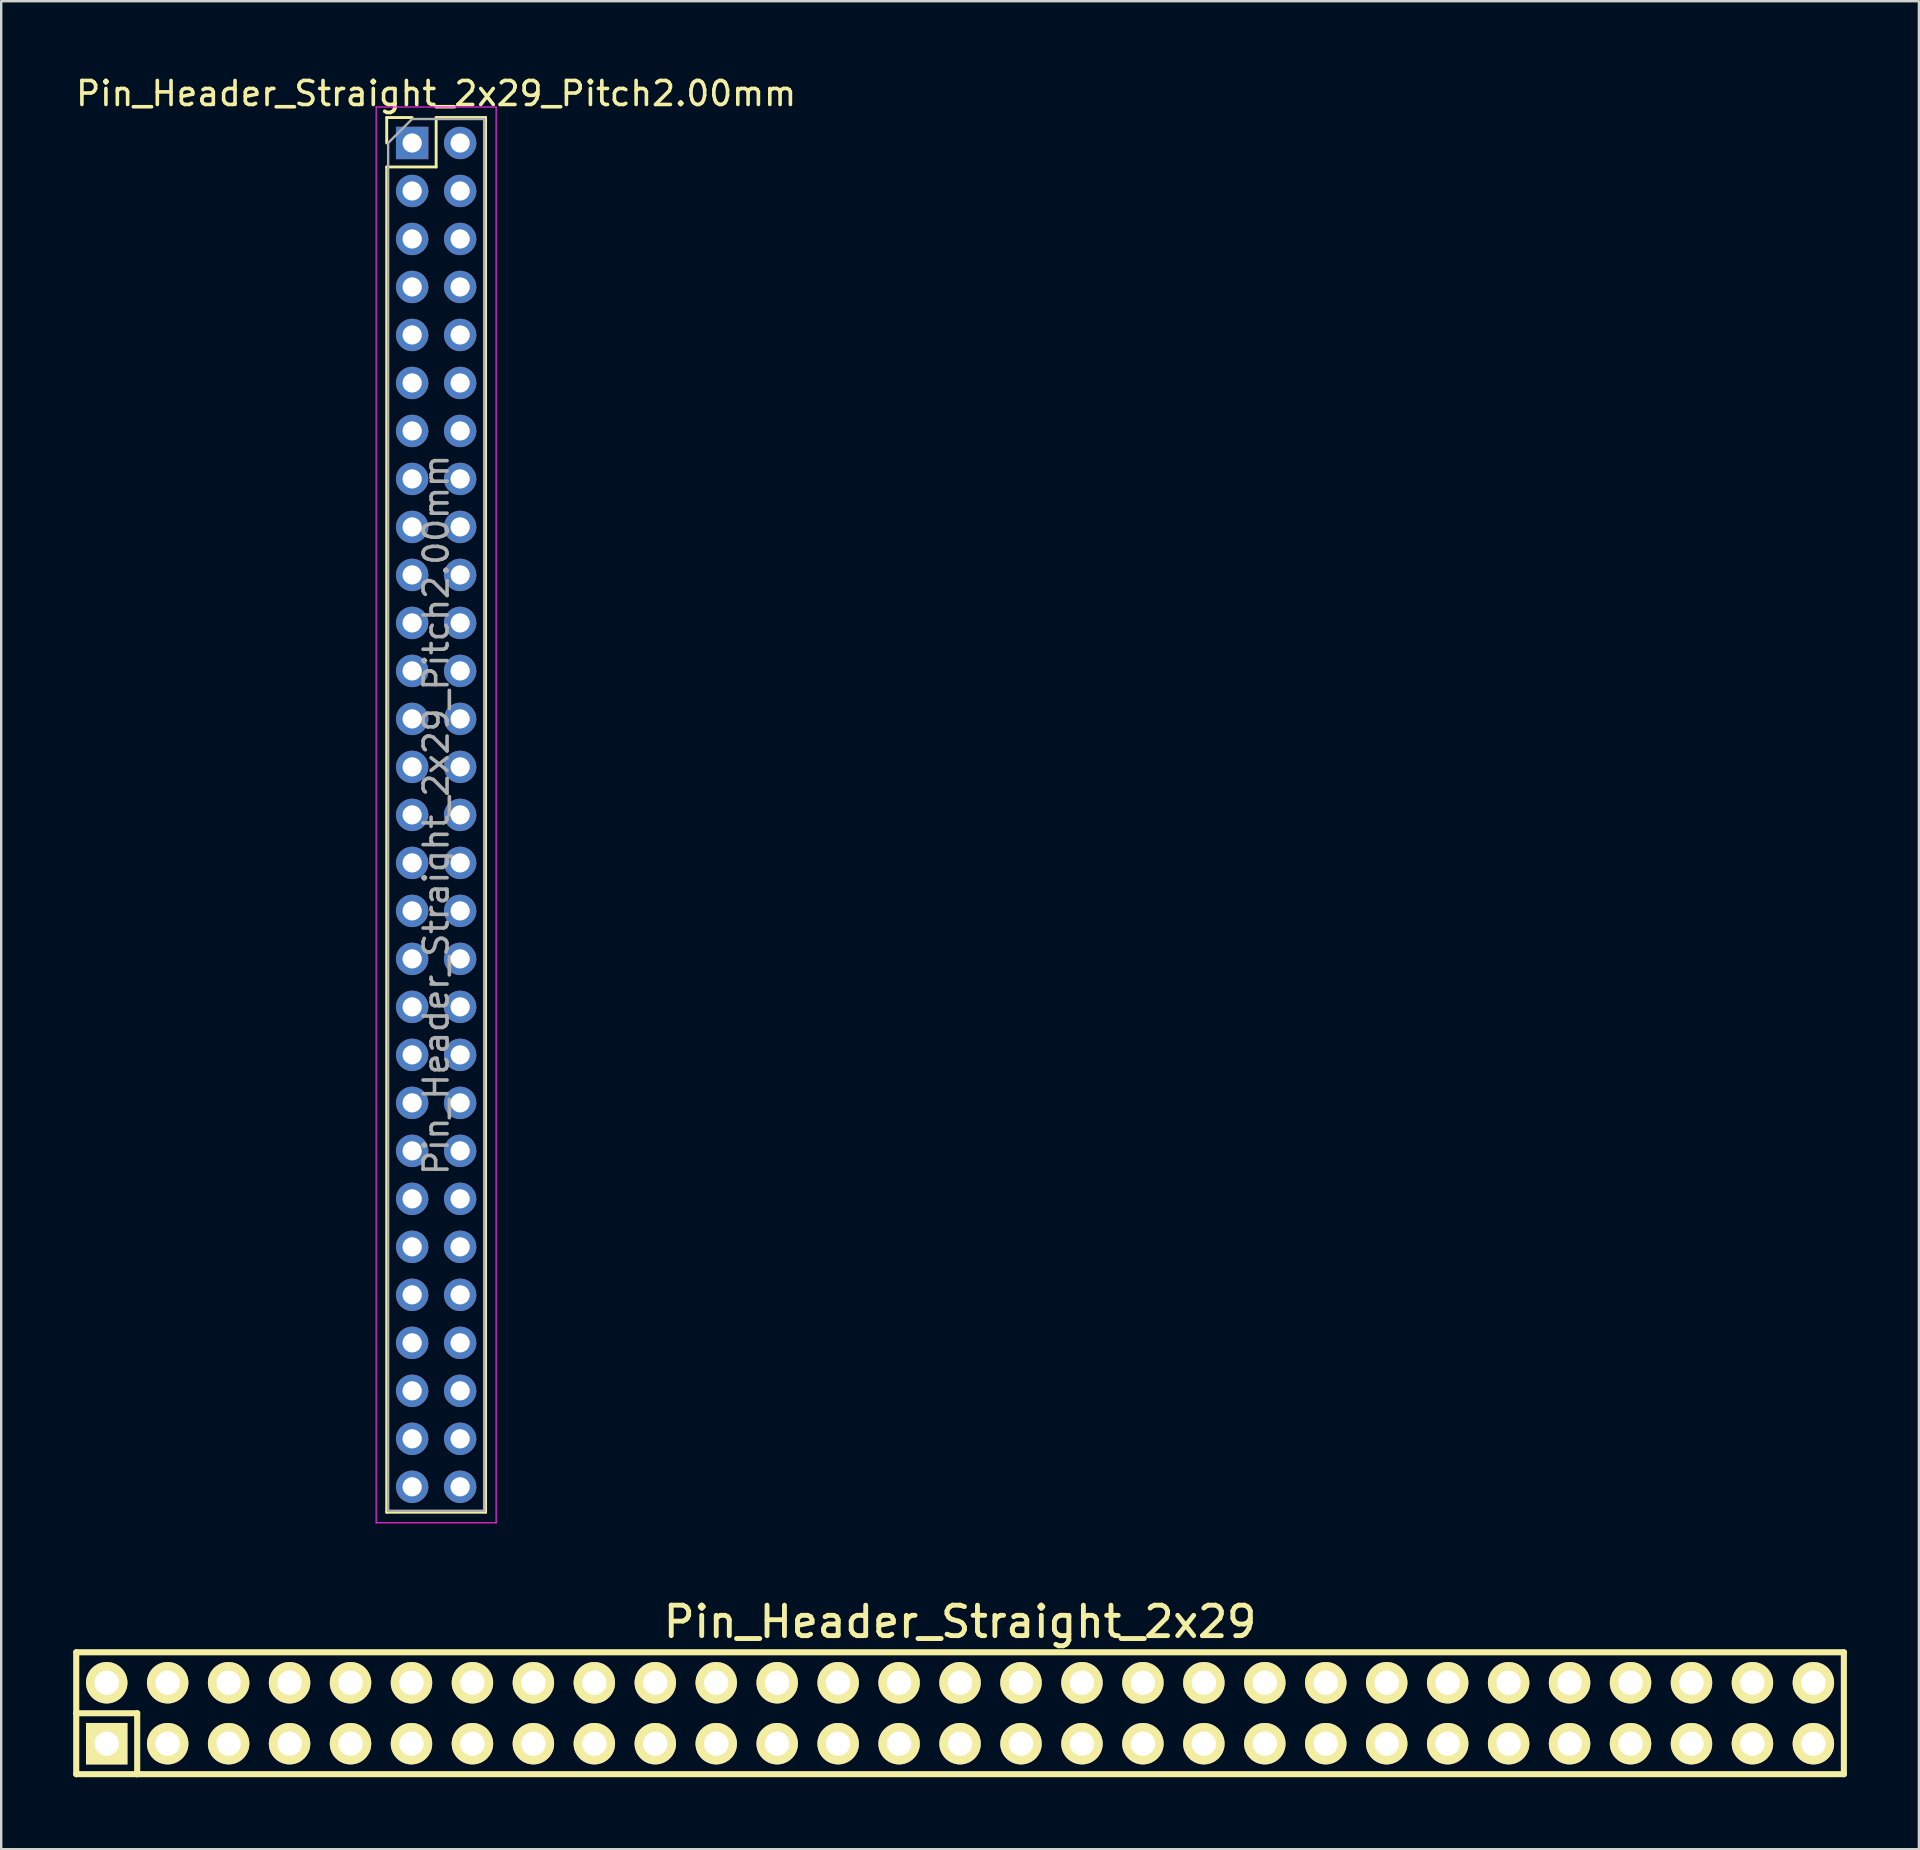
<source format=kicad_pcb>
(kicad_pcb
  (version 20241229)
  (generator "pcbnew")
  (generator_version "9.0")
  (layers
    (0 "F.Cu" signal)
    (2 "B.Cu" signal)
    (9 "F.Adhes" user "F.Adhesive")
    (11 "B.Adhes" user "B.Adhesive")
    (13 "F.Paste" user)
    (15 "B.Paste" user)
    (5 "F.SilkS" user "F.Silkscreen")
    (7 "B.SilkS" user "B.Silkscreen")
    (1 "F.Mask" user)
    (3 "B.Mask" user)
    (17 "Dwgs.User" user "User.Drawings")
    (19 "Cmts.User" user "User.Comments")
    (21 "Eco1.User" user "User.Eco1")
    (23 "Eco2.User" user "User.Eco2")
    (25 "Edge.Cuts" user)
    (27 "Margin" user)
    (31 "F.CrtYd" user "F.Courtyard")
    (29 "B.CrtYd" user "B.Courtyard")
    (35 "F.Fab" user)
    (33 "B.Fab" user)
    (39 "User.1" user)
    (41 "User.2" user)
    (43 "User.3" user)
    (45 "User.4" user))
  (footprint "Pin_Header_Straight_2x29"
    (layer "F.Cu")
    (at 36.957 68.343)
    (property "Reference" "Pin_Header_Straight_2x29" (at 0 -3.81 0) (layer "F.SilkS") (effects (font (size 1.27 1.27) (thickness 0.203))))
    (attr through_hole)
    (fp_line (start -36.83 -2.54) (end -36.83 0) (stroke (width 0.254) (type solid)) (layer "F.SilkS"))
    (fp_line (start -36.83 0) (end -34.29 0) (stroke (width 0.254) (type solid)) (layer "F.SilkS"))
    (fp_line (start -36.83 2.54) (end -36.83 0) (stroke (width 0.254) (type solid)) (layer "F.SilkS"))
    (fp_line (start -36.83 2.54) (end -34.29 2.54) (stroke (width 0.254) (type solid)) (layer "F.SilkS"))
    (fp_line (start -34.29 0) (end -34.29 2.54) (stroke (width 0.254) (type solid)) (layer "F.SilkS"))
    (fp_line (start -34.29 2.54) (end 36.83 2.54) (stroke (width 0.254) (type solid)) (layer "F.SilkS"))
    (fp_line (start 36.83 -2.54) (end -36.83 -2.54) (stroke (width 0.254) (type solid)) (layer "F.SilkS"))
    (fp_line (start 36.83 -2.54) (end 36.83 2.54) (stroke (width 0.254) (type solid)) (layer "F.SilkS"))
    (pad "1" thru_hole rect (at -35.56 1.27) (size 1.727 1.727) (drill 1.016) (layers "*.Cu" "*.Mask" "F.SilkS"))
    (pad "2" thru_hole oval (at -33.02 1.27) (size 1.727 1.727) (drill 1.016) (layers "*.Cu" "*.Mask" "F.SilkS"))
    (pad "3" thru_hole oval (at -30.48 1.27) (size 1.727 1.727) (drill 1.016) (layers "*.Cu" "*.Mask" "F.SilkS"))
    (pad "4" thru_hole oval (at -27.94 1.27) (size 1.727 1.727) (drill 1.016) (layers "*.Cu" "*.Mask" "F.SilkS"))
    (pad "5" thru_hole oval (at -25.4 1.27) (size 1.727 1.727) (drill 1.016) (layers "*.Cu" "*.Mask" "F.SilkS"))
    (pad "6" thru_hole oval (at -22.86 1.27) (size 1.727 1.727) (drill 1.016) (layers "*.Cu" "*.Mask" "F.SilkS"))
    (pad "7" thru_hole oval (at -20.32 1.27) (size 1.727 1.727) (drill 1.016) (layers "*.Cu" "*.Mask" "F.SilkS"))
    (pad "8" thru_hole oval (at -17.78 1.27) (size 1.727 1.727) (drill 1.016) (layers "*.Cu" "*.Mask" "F.SilkS"))
    (pad "9" thru_hole oval (at -15.24 1.27) (size 1.727 1.727) (drill 1.016) (layers "*.Cu" "*.Mask" "F.SilkS"))
    (pad "10" thru_hole oval (at -12.7 1.27) (size 1.727 1.727) (drill 1.016) (layers "*.Cu" "*.Mask" "F.SilkS"))
    (pad "11" thru_hole oval (at -10.16 1.27) (size 1.727 1.727) (drill 1.016) (layers "*.Cu" "*.Mask" "F.SilkS"))
    (pad "12" thru_hole oval (at -7.62 1.27) (size 1.727 1.727) (drill 1.016) (layers "*.Cu" "*.Mask" "F.SilkS"))
    (pad "13" thru_hole oval (at -5.08 1.27) (size 1.727 1.727) (drill 1.016) (layers "*.Cu" "*.Mask" "F.SilkS"))
    (pad "14" thru_hole oval (at -2.54 1.27) (size 1.727 1.727) (drill 1.016) (layers "*.Cu" "*.Mask" "F.SilkS"))
    (pad "15" thru_hole oval (at 0 1.27) (size 1.727 1.727) (drill 1.016) (layers "*.Cu" "*.Mask" "F.SilkS"))
    (pad "16" thru_hole oval (at 2.54 1.27) (size 1.727 1.727) (drill 1.016) (layers "*.Cu" "*.Mask" "F.SilkS"))
    (pad "17" thru_hole oval (at 5.08 1.27) (size 1.727 1.727) (drill 1.016) (layers "*.Cu" "*.Mask" "F.SilkS"))
    (pad "18" thru_hole oval (at 7.62 1.27) (size 1.727 1.727) (drill 1.016) (layers "*.Cu" "*.Mask" "F.SilkS"))
    (pad "19" thru_hole oval (at 10.16 1.27) (size 1.727 1.727) (drill 1.016) (layers "*.Cu" "*.Mask" "F.SilkS"))
    (pad "20" thru_hole oval (at 12.7 1.27) (size 1.727 1.727) (drill 1.016) (layers "*.Cu" "*.Mask" "F.SilkS"))
    (pad "21" thru_hole oval (at 15.24 1.27) (size 1.727 1.727) (drill 1.016) (layers "*.Cu" "*.Mask" "F.SilkS"))
    (pad "22" thru_hole oval (at 17.78 1.27) (size 1.727 1.727) (drill 1.016) (layers "*.Cu" "*.Mask" "F.SilkS"))
    (pad "23" thru_hole oval (at 20.32 1.27) (size 1.727 1.727) (drill 1.016) (layers "*.Cu" "*.Mask" "F.SilkS"))
    (pad "24" thru_hole oval (at 22.86 1.27) (size 1.727 1.727) (drill 1.016) (layers "*.Cu" "*.Mask" "F.SilkS"))
    (pad "25" thru_hole oval (at 25.4 1.27) (size 1.727 1.727) (drill 1.016) (layers "*.Cu" "*.Mask" "F.SilkS"))
    (pad "26" thru_hole oval (at 27.94 1.27) (size 1.727 1.727) (drill 1.016) (layers "*.Cu" "*.Mask" "F.SilkS"))
    (pad "27" thru_hole oval (at 30.48 1.27) (size 1.727 1.727) (drill 1.016) (layers "*.Cu" "*.Mask" "F.SilkS"))
    (pad "28" thru_hole oval (at 33.02 1.27) (size 1.727 1.727) (drill 1.016) (layers "*.Cu" "*.Mask" "F.SilkS"))
    (pad "29" thru_hole oval (at 35.56 1.27) (size 1.727 1.727) (drill 1.016) (layers "*.Cu" "*.Mask" "F.SilkS"))
    (pad "30" thru_hole oval (at 35.56 -1.27) (size 1.727 1.727) (drill 1.016) (layers "*.Cu" "*.Mask" "F.SilkS"))
    (pad "31" thru_hole oval (at 33.02 -1.27) (size 1.727 1.727) (drill 1.016) (layers "*.Cu" "*.Mask" "F.SilkS"))
    (pad "32" thru_hole oval (at 30.48 -1.27) (size 1.727 1.727) (drill 1.016) (layers "*.Cu" "*.Mask" "F.SilkS"))
    (pad "33" thru_hole oval (at 27.94 -1.27) (size 1.727 1.727) (drill 1.016) (layers "*.Cu" "*.Mask" "F.SilkS"))
    (pad "34" thru_hole oval (at 25.4 -1.27) (size 1.727 1.727) (drill 1.016) (layers "*.Cu" "*.Mask" "F.SilkS"))
    (pad "35" thru_hole oval (at 22.86 -1.27) (size 1.727 1.727) (drill 1.016) (layers "*.Cu" "*.Mask" "F.SilkS"))
    (pad "36" thru_hole oval (at 20.32 -1.27) (size 1.727 1.727) (drill 1.016) (layers "*.Cu" "*.Mask" "F.SilkS"))
    (pad "37" thru_hole oval (at 17.78 -1.27) (size 1.727 1.727) (drill 1.016) (layers "*.Cu" "*.Mask" "F.SilkS"))
    (pad "38" thru_hole oval (at 15.24 -1.27) (size 1.727 1.727) (drill 1.016) (layers "*.Cu" "*.Mask" "F.SilkS"))
    (pad "39" thru_hole oval (at 12.7 -1.27) (size 1.727 1.727) (drill 1.016) (layers "*.Cu" "*.Mask" "F.SilkS"))
    (pad "40" thru_hole oval (at 10.16 -1.27) (size 1.727 1.727) (drill 1.016) (layers "*.Cu" "*.Mask" "F.SilkS"))
    (pad "41" thru_hole oval (at 7.62 -1.27) (size 1.727 1.727) (drill 1.016) (layers "*.Cu" "*.Mask" "F.SilkS"))
    (pad "42" thru_hole oval (at 5.08 -1.27) (size 1.727 1.727) (drill 1.016) (layers "*.Cu" "*.Mask" "F.SilkS"))
    (pad "43" thru_hole oval (at 2.54 -1.27) (size 1.727 1.727) (drill 1.016) (layers "*.Cu" "*.Mask" "F.SilkS"))
    (pad "44" thru_hole oval (at 0 -1.27) (size 1.727 1.727) (drill 1.016) (layers "*.Cu" "*.Mask" "F.SilkS"))
    (pad "45" thru_hole oval (at -2.54 -1.27) (size 1.727 1.727) (drill 1.016) (layers "*.Cu" "*.Mask" "F.SilkS"))
    (pad "46" thru_hole oval (at -5.08 -1.27) (size 1.727 1.727) (drill 1.016) (layers "*.Cu" "*.Mask" "F.SilkS"))
    (pad "47" thru_hole oval (at -7.62 -1.27) (size 1.727 1.727) (drill 1.016) (layers "*.Cu" "*.Mask" "F.SilkS"))
    (pad "48" thru_hole oval (at -10.16 -1.27) (size 1.727 1.727) (drill 1.016) (layers "*.Cu" "*.Mask" "F.SilkS"))
    (pad "49" thru_hole oval (at -12.7 -1.27) (size 1.727 1.727) (drill 1.016) (layers "*.Cu" "*.Mask" "F.SilkS"))
    (pad "50" thru_hole oval (at -15.24 -1.27) (size 1.727 1.727) (drill 1.016) (layers "*.Cu" "*.Mask" "F.SilkS"))
    (pad "51" thru_hole oval (at -17.78 -1.27) (size 1.727 1.727) (drill 1.016) (layers "*.Cu" "*.Mask" "F.SilkS"))
    (pad "52" thru_hole oval (at -20.32 -1.27) (size 1.727 1.727) (drill 1.016) (layers "*.Cu" "*.Mask" "F.SilkS"))
    (pad "53" thru_hole oval (at -22.86 -1.27) (size 1.727 1.727) (drill 1.016) (layers "*.Cu" "*.Mask" "F.SilkS"))
    (pad "54" thru_hole oval (at -25.4 -1.27) (size 1.727 1.727) (drill 1.016) (layers "*.Cu" "*.Mask" "F.SilkS"))
    (pad "55" thru_hole oval (at -27.94 -1.27) (size 1.727 1.727) (drill 1.016) (layers "*.Cu" "*.Mask" "F.SilkS"))
    (pad "56" thru_hole oval (at -30.48 -1.27) (size 1.727 1.727) (drill 1.016) (layers "*.Cu" "*.Mask" "F.SilkS"))
    (pad "57" thru_hole oval (at -33.02 -1.27) (size 1.727 1.727) (drill 1.016) (layers "*.Cu" "*.Mask" "F.SilkS"))
    (pad "58" thru_hole oval (at -35.56 -1.27) (size 1.727 1.727) (drill 1.016) (layers "*.Cu" "*.Mask" "F.SilkS")))
  (footprint "Pin_Header_Straight_2x29_Pitch2.00mm"
    (layer "F.Cu")
    (at 14.125 2.908)
    (property "Reference" "Pin_Header_Straight_2x29_Pitch2.00mm" (at 1 -2.06 0) (layer "F.SilkS") (effects (font (size 1 1) (thickness 0.15))))
    (attr through_hole)
    (fp_line (start -1.06 -1.06) (end 0 -1.06) (stroke (width 0.12) (type solid)) (layer "F.SilkS"))
    (fp_line (start -1.06 0) (end -1.06 -1.06) (stroke (width 0.12) (type solid)) (layer "F.SilkS"))
    (fp_line (start -1.06 1) (end -1.06 57.06) (stroke (width 0.12) (type solid)) (layer "F.SilkS"))
    (fp_line (start -1.06 57.06) (end 3.06 57.06) (stroke (width 0.12) (type solid)) (layer "F.SilkS"))
    (fp_line (start 1 -1.06) (end 1 1) (stroke (width 0.12) (type solid)) (layer "F.SilkS"))
    (fp_line (start 1 1) (end -1.06 1) (stroke (width 0.12) (type solid)) (layer "F.SilkS"))
    (fp_line (start 3.06 -1.06) (end 1 -1.06) (stroke (width 0.12) (type solid)) (layer "F.SilkS"))
    (fp_line (start 3.06 57.06) (end 3.06 -1.06) (stroke (width 0.12) (type solid)) (layer "F.SilkS"))
    (fp_line (start -1.5 -1.5) (end -1.5 57.5) (stroke (width 0.05) (type solid)) (layer "F.CrtYd"))
    (fp_line (start -1.5 57.5) (end 3.5 57.5) (stroke (width 0.05) (type solid)) (layer "F.CrtYd"))
    (fp_line (start 3.5 -1.5) (end -1.5 -1.5) (stroke (width 0.05) (type solid)) (layer "F.CrtYd"))
    (fp_line (start 3.5 57.5) (end 3.5 -1.5) (stroke (width 0.05) (type solid)) (layer "F.CrtYd"))
    (fp_line (start -1 0) (end 0 -1) (stroke (width 0.1) (type solid)) (layer "F.Fab"))
    (fp_line (start -1 57) (end -1 0) (stroke (width 0.1) (type solid)) (layer "F.Fab"))
    (fp_line (start 0 -1) (end 3 -1) (stroke (width 0.1) (type solid)) (layer "F.Fab"))
    (fp_line (start 3 -1) (end 3 57) (stroke (width 0.1) (type solid)) (layer "F.Fab"))
    (fp_line (start 3 57) (end -1 57) (stroke (width 0.1) (type solid)) (layer "F.Fab"))
    (fp_text user "${REFERENCE}" (at 1 28 90) (layer "F.Fab") (effects (font (size 1 1) (thickness 0.15))))
    (pad "1" thru_hole rect (at 0 0) (size 1.35 1.35) (drill 0.8) (layers "*.Cu" "*.Mask"))
    (pad "2" thru_hole oval (at 2 0) (size 1.35 1.35) (drill 0.8) (layers "*.Cu" "*.Mask"))
    (pad "3" thru_hole oval (at 0 2) (size 1.35 1.35) (drill 0.8) (layers "*.Cu" "*.Mask"))
    (pad "4" thru_hole oval (at 2 2) (size 1.35 1.35) (drill 0.8) (layers "*.Cu" "*.Mask"))
    (pad "5" thru_hole oval (at 0 4) (size 1.35 1.35) (drill 0.8) (layers "*.Cu" "*.Mask"))
    (pad "6" thru_hole oval (at 2 4) (size 1.35 1.35) (drill 0.8) (layers "*.Cu" "*.Mask"))
    (pad "7" thru_hole oval (at 0 6) (size 1.35 1.35) (drill 0.8) (layers "*.Cu" "*.Mask"))
    (pad "8" thru_hole oval (at 2 6) (size 1.35 1.35) (drill 0.8) (layers "*.Cu" "*.Mask"))
    (pad "9" thru_hole oval (at 0 8) (size 1.35 1.35) (drill 0.8) (layers "*.Cu" "*.Mask"))
    (pad "10" thru_hole oval (at 2 8) (size 1.35 1.35) (drill 0.8) (layers "*.Cu" "*.Mask"))
    (pad "11" thru_hole oval (at 0 10) (size 1.35 1.35) (drill 0.8) (layers "*.Cu" "*.Mask"))
    (pad "12" thru_hole oval (at 2 10) (size 1.35 1.35) (drill 0.8) (layers "*.Cu" "*.Mask"))
    (pad "13" thru_hole oval (at 0 12) (size 1.35 1.35) (drill 0.8) (layers "*.Cu" "*.Mask"))
    (pad "14" thru_hole oval (at 2 12) (size 1.35 1.35) (drill 0.8) (layers "*.Cu" "*.Mask"))
    (pad "15" thru_hole oval (at 0 14) (size 1.35 1.35) (drill 0.8) (layers "*.Cu" "*.Mask"))
    (pad "16" thru_hole oval (at 2 14) (size 1.35 1.35) (drill 0.8) (layers "*.Cu" "*.Mask"))
    (pad "17" thru_hole oval (at 0 16) (size 1.35 1.35) (drill 0.8) (layers "*.Cu" "*.Mask"))
    (pad "18" thru_hole oval (at 2 16) (size 1.35 1.35) (drill 0.8) (layers "*.Cu" "*.Mask"))
    (pad "19" thru_hole oval (at 0 18) (size 1.35 1.35) (drill 0.8) (layers "*.Cu" "*.Mask"))
    (pad "20" thru_hole oval (at 2 18) (size 1.35 1.35) (drill 0.8) (layers "*.Cu" "*.Mask"))
    (pad "21" thru_hole oval (at 0 20) (size 1.35 1.35) (drill 0.8) (layers "*.Cu" "*.Mask"))
    (pad "22" thru_hole oval (at 2 20) (size 1.35 1.35) (drill 0.8) (layers "*.Cu" "*.Mask"))
    (pad "23" thru_hole oval (at 0 22) (size 1.35 1.35) (drill 0.8) (layers "*.Cu" "*.Mask"))
    (pad "24" thru_hole oval (at 2 22) (size 1.35 1.35) (drill 0.8) (layers "*.Cu" "*.Mask"))
    (pad "25" thru_hole oval (at 0 24) (size 1.35 1.35) (drill 0.8) (layers "*.Cu" "*.Mask"))
    (pad "26" thru_hole oval (at 2 24) (size 1.35 1.35) (drill 0.8) (layers "*.Cu" "*.Mask"))
    (pad "27" thru_hole oval (at 0 26) (size 1.35 1.35) (drill 0.8) (layers "*.Cu" "*.Mask"))
    (pad "28" thru_hole oval (at 2 26) (size 1.35 1.35) (drill 0.8) (layers "*.Cu" "*.Mask"))
    (pad "29" thru_hole oval (at 0 28) (size 1.35 1.35) (drill 0.8) (layers "*.Cu" "*.Mask"))
    (pad "30" thru_hole oval (at 2 28) (size 1.35 1.35) (drill 0.8) (layers "*.Cu" "*.Mask"))
    (pad "31" thru_hole oval (at 0 30) (size 1.35 1.35) (drill 0.8) (layers "*.Cu" "*.Mask"))
    (pad "32" thru_hole oval (at 2 30) (size 1.35 1.35) (drill 0.8) (layers "*.Cu" "*.Mask"))
    (pad "33" thru_hole oval (at 0 32) (size 1.35 1.35) (drill 0.8) (layers "*.Cu" "*.Mask"))
    (pad "34" thru_hole oval (at 2 32) (size 1.35 1.35) (drill 0.8) (layers "*.Cu" "*.Mask"))
    (pad "35" thru_hole oval (at 0 34) (size 1.35 1.35) (drill 0.8) (layers "*.Cu" "*.Mask"))
    (pad "36" thru_hole oval (at 2 34) (size 1.35 1.35) (drill 0.8) (layers "*.Cu" "*.Mask"))
    (pad "37" thru_hole oval (at 0 36) (size 1.35 1.35) (drill 0.8) (layers "*.Cu" "*.Mask"))
    (pad "38" thru_hole oval (at 2 36) (size 1.35 1.35) (drill 0.8) (layers "*.Cu" "*.Mask"))
    (pad "39" thru_hole oval (at 0 38) (size 1.35 1.35) (drill 0.8) (layers "*.Cu" "*.Mask"))
    (pad "40" thru_hole oval (at 2 38) (size 1.35 1.35) (drill 0.8) (layers "*.Cu" "*.Mask"))
    (pad "41" thru_hole oval (at 0 40) (size 1.35 1.35) (drill 0.8) (layers "*.Cu" "*.Mask"))
    (pad "42" thru_hole oval (at 2 40) (size 1.35 1.35) (drill 0.8) (layers "*.Cu" "*.Mask"))
    (pad "43" thru_hole oval (at 0 42) (size 1.35 1.35) (drill 0.8) (layers "*.Cu" "*.Mask"))
    (pad "44" thru_hole oval (at 2 42) (size 1.35 1.35) (drill 0.8) (layers "*.Cu" "*.Mask"))
    (pad "45" thru_hole oval (at 0 44) (size 1.35 1.35) (drill 0.8) (layers "*.Cu" "*.Mask"))
    (pad "46" thru_hole oval (at 2 44) (size 1.35 1.35) (drill 0.8) (layers "*.Cu" "*.Mask"))
    (pad "47" thru_hole oval (at 0 46) (size 1.35 1.35) (drill 0.8) (layers "*.Cu" "*.Mask"))
    (pad "48" thru_hole oval (at 2 46) (size 1.35 1.35) (drill 0.8) (layers "*.Cu" "*.Mask"))
    (pad "49" thru_hole oval (at 0 48) (size 1.35 1.35) (drill 0.8) (layers "*.Cu" "*.Mask"))
    (pad "50" thru_hole oval (at 2 48) (size 1.35 1.35) (drill 0.8) (layers "*.Cu" "*.Mask"))
    (pad "51" thru_hole oval (at 0 50) (size 1.35 1.35) (drill 0.8) (layers "*.Cu" "*.Mask"))
    (pad "52" thru_hole oval (at 2 50) (size 1.35 1.35) (drill 0.8) (layers "*.Cu" "*.Mask"))
    (pad "53" thru_hole oval (at 0 52) (size 1.35 1.35) (drill 0.8) (layers "*.Cu" "*.Mask"))
    (pad "54" thru_hole oval (at 2 52) (size 1.35 1.35) (drill 0.8) (layers "*.Cu" "*.Mask"))
    (pad "55" thru_hole oval (at 0 54) (size 1.35 1.35) (drill 0.8) (layers "*.Cu" "*.Mask"))
    (pad "56" thru_hole oval (at 2 54) (size 1.35 1.35) (drill 0.8) (layers "*.Cu" "*.Mask"))
    (pad "57" thru_hole oval (at 0 56) (size 1.35 1.35) (drill 0.8) (layers "*.Cu" "*.Mask"))
    (pad "58" thru_hole oval (at 2 56) (size 1.35 1.35) (drill 0.8) (layers "*.Cu" "*.Mask")))
  (gr_rect
    (start -3 -3)
    (end 76.914 74.01)
    (stroke (width 0.1) (type default))
    (fill no)
    (layer "Edge.Cuts")))
</source>
